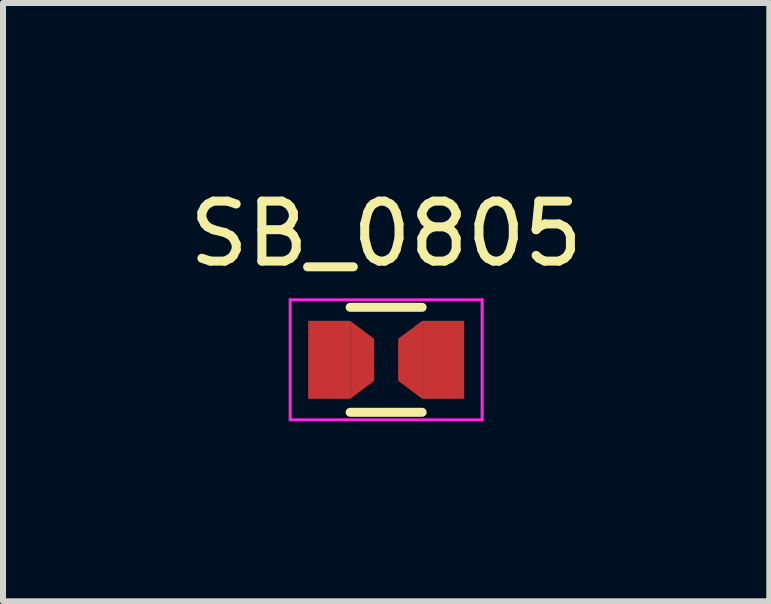
<source format=kicad_pcb>
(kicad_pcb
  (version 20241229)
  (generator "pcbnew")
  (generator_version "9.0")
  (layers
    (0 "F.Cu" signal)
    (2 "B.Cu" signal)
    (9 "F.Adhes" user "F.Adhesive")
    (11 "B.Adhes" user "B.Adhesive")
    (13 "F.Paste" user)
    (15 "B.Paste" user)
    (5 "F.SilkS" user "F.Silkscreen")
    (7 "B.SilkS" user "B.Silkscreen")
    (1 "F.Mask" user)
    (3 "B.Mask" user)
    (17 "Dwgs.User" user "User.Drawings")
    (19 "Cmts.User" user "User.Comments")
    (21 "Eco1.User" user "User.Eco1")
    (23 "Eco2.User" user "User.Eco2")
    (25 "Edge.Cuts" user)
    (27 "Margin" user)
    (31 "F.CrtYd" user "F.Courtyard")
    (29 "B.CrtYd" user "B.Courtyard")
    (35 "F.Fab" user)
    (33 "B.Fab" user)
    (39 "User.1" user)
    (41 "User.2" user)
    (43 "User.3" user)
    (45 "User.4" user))
  (footprint "SB_0805"
    (layer "F.Cu")
    (at 3.387 2.948)
    (property "Reference" "SB_0805" (at 0 -2.1 0) (layer "F.SilkS") (effects (font (size 1 1) (thickness 0.15))))
    (attr smd)
    (fp_line (start -0.6 -0.875) (end 0.6 -0.875) (stroke (width 0.15) (type solid)) (layer "F.SilkS"))
    (fp_line (start 0.6 0.875) (end -0.6 0.875) (stroke (width 0.15) (type solid)) (layer "F.SilkS"))
    (fp_line (start -1.6 -1) (end -1.6 1) (stroke (width 0.05) (type solid)) (layer "F.CrtYd"))
    (fp_line (start -1.6 -1) (end 1.6 -1) (stroke (width 0.05) (type solid)) (layer "F.CrtYd"))
    (fp_line (start -1.6 1) (end 1.6 1) (stroke (width 0.05) (type solid)) (layer "F.CrtYd"))
    (fp_line (start 1.6 -1) (end 1.6 1) (stroke (width 0.05) (type solid)) (layer "F.CrtYd"))
    (pad "1" smd rect (at -0.95 0) (size 0.7 1.3) (layers "F.Cu" "F.Mask" "F.Paste"))
    (pad "2" smd trapezoid (at 0.4 0) (size 0.4 1) (rect_delta -0.3 0) (layers "F.Cu" "F.Mask" "F.Paste"))
    (pad "2" smd rect (at 0.95 0) (size 0.7 1.3) (layers "F.Cu" "F.Mask" "F.Paste"))
    (pad "`" smd trapezoid (at -0.4 0) (size 0.4 1) (rect_delta 0.3 0) (layers "F.Cu" "F.Mask" "F.Paste")))
  (gr_rect
    (start -3 -3)
    (end 9.774 6.973)
    (stroke (width 0.1) (type default))
    (fill no)
    (layer "Edge.Cuts")))
</source>
